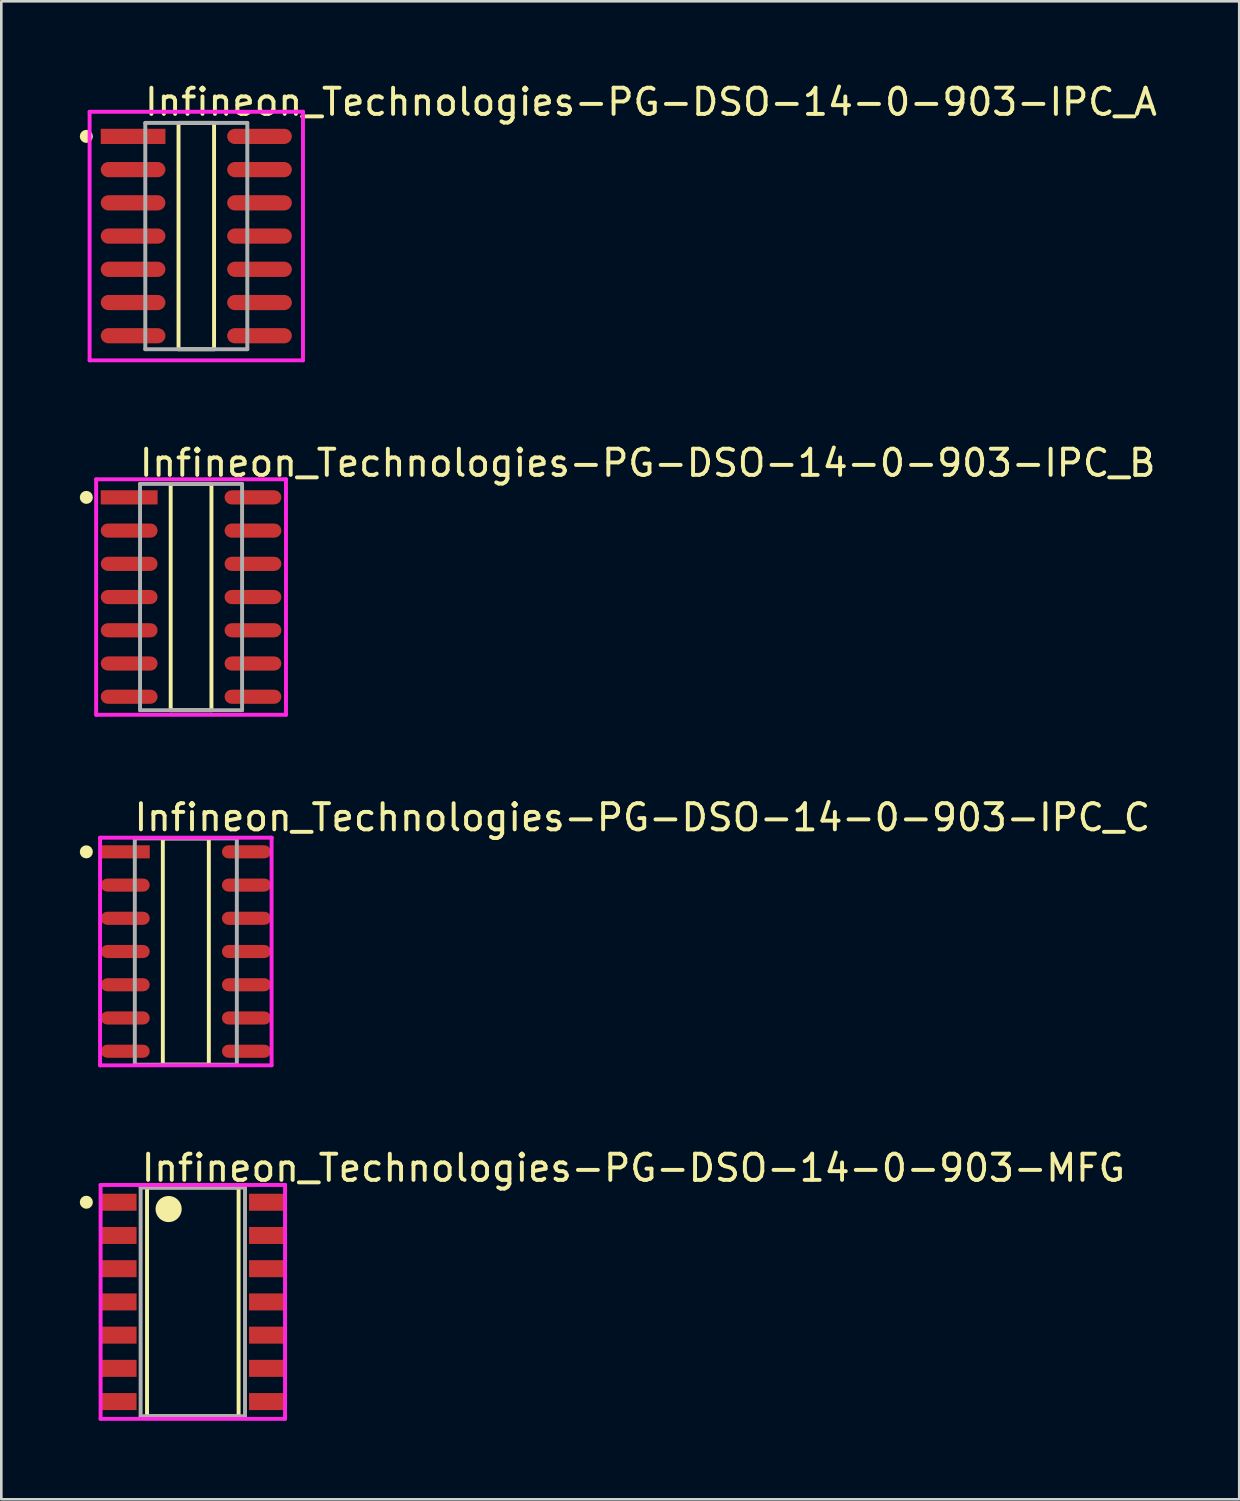
<source format=kicad_pcb>
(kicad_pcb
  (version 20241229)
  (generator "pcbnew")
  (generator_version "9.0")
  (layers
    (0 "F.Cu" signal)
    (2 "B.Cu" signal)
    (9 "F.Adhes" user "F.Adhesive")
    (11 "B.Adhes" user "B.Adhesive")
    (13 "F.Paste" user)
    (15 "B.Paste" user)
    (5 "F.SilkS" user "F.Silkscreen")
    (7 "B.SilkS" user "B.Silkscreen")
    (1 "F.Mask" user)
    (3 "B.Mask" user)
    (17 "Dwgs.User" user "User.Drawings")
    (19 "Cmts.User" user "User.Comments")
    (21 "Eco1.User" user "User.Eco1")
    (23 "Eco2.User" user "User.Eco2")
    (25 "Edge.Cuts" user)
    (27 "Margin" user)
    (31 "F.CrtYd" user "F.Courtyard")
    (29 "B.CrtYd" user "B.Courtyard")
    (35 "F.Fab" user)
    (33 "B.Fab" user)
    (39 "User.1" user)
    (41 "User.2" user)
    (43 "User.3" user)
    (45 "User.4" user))
  (footprint "Infineon_Technologies-PG-DSO-14-0-903-IPC_B"
    (layer "F.Cu")
    (at 4.253 19.771)
    (property "Reference" "Infineon_Technologies-PG-DSO-14-0-903-IPC_B" (at -2.053 -5.125 0) (layer "F.SilkS") (effects (font (size 1 1) (thickness 0.15)) (justify left)))
    (attr through_hole)
    (fp_line (start -0.779 -4.325) (end 0.779 -4.325) (stroke (width 0.15) (type solid)) (layer "F.SilkS"))
    (fp_line (start -0.779 4.325) (end -0.779 -4.325) (stroke (width 0.15) (type solid)) (layer "F.SilkS"))
    (fp_line (start 0.779 -4.325) (end 0.779 4.325) (stroke (width 0.15) (type solid)) (layer "F.SilkS"))
    (fp_line (start 0.779 4.325) (end -0.779 4.325) (stroke (width 0.15) (type solid)) (layer "F.SilkS"))
    (fp_circle (center -4.003 -3.81) (end -3.878 -3.81) (stroke (width 0.25) (type solid)) (fill no) (layer "F.SilkS"))
    (fp_line (start -3.628 -4.5) (end -3.628 4.5) (stroke (width 0.15) (type solid)) (layer "F.CrtYd"))
    (fp_line (start -3.628 4.5) (end 3.628 4.5) (stroke (width 0.15) (type solid)) (layer "F.CrtYd"))
    (fp_line (start 3.628 -4.5) (end -3.628 -4.5) (stroke (width 0.15) (type solid)) (layer "F.CrtYd"))
    (fp_line (start 3.628 -4.5) (end 3.628 -4.5) (stroke (width 0.15) (type solid)) (layer "F.CrtYd"))
    (fp_line (start 3.628 4.5) (end 3.628 -4.5) (stroke (width 0.15) (type solid)) (layer "F.CrtYd"))
    (fp_line (start -1.95 -4.325) (end 1.95 -4.325) (stroke (width 0.15) (type solid)) (layer "F.Fab"))
    (fp_line (start -1.95 4.325) (end -1.95 -4.325) (stroke (width 0.15) (type solid)) (layer "F.Fab"))
    (fp_line (start 1.95 -4.325) (end 1.95 4.325) (stroke (width 0.15) (type solid)) (layer "F.Fab"))
    (fp_line (start 1.95 4.325) (end -1.95 4.325) (stroke (width 0.15) (type solid)) (layer "F.Fab"))
    (pad "1" smd rect (at -2.366 -3.81) (size 2.174 0.542) (layers "F.Cu" "F.Mask" "F.Paste"))
    (pad "2" smd roundrect (at -2.366 -2.54) (size 2.174 0.542) (layers "F.Cu" "F.Mask" "F.Paste") (roundrect_rratio 0.5))
    (pad "3" smd roundrect (at -2.366 -1.27) (size 2.174 0.542) (layers "F.Cu" "F.Mask" "F.Paste") (roundrect_rratio 0.5))
    (pad "4" smd roundrect (at -2.366 0.000001) (size 2.174 0.542) (layers "F.Cu" "F.Mask" "F.Paste") (roundrect_rratio 0.5))
    (pad "5" smd roundrect (at -2.366 1.27) (size 2.174 0.542) (layers "F.Cu" "F.Mask" "F.Paste") (roundrect_rratio 0.5))
    (pad "6" smd roundrect (at -2.366 2.54) (size 2.174 0.542) (layers "F.Cu" "F.Mask" "F.Paste") (roundrect_rratio 0.5))
    (pad "7" smd roundrect (at -2.366 3.81) (size 2.174 0.542) (layers "F.Cu" "F.Mask" "F.Paste") (roundrect_rratio 0.5))
    (pad "8" smd roundrect (at 2.366 3.81) (size 2.174 0.542) (layers "F.Cu" "F.Mask" "F.Paste") (roundrect_rratio 0.5))
    (pad "9" smd roundrect (at 2.366 2.54) (size 2.174 0.542) (layers "F.Cu" "F.Mask" "F.Paste") (roundrect_rratio 0.5))
    (pad "10" smd roundrect (at 2.366 1.27) (size 2.174 0.542) (layers "F.Cu" "F.Mask" "F.Paste") (roundrect_rratio 0.5))
    (pad "11" smd roundrect (at 2.366 0.000001) (size 2.174 0.542) (layers "F.Cu" "F.Mask" "F.Paste") (roundrect_rratio 0.5))
    (pad "12" smd roundrect (at 2.366 -1.27) (size 2.174 0.542) (layers "F.Cu" "F.Mask" "F.Paste") (roundrect_rratio 0.5))
    (pad "13" smd roundrect (at 2.366 -2.54) (size 2.174 0.542) (layers "F.Cu" "F.Mask" "F.Paste") (roundrect_rratio 0.5))
    (pad "14" smd roundrect (at 2.366 -3.81) (size 2.174 0.542) (layers "F.Cu" "F.Mask" "F.Paste") (roundrect_rratio 0.5)))
  (footprint "Infineon_Technologies-PG-DSO-14-0-903-IPC_A"
    (layer "F.Cu")
    (at 4.453 5.973)
    (property "Reference" "Infineon_Technologies-PG-DSO-14-0-903-IPC_A" (at -2.053 -5.125 0) (layer "F.SilkS") (effects (font (size 1 1) (thickness 0.15)) (justify left)))
    (attr through_hole)
    (fp_line (start -0.679 -4.325) (end 0.679 -4.325) (stroke (width 0.15) (type solid)) (layer "F.SilkS"))
    (fp_line (start -0.679 4.325) (end -0.679 -4.325) (stroke (width 0.15) (type solid)) (layer "F.SilkS"))
    (fp_line (start 0.679 -4.325) (end 0.679 4.325) (stroke (width 0.15) (type solid)) (layer "F.SilkS"))
    (fp_line (start 0.679 4.325) (end -0.679 4.325) (stroke (width 0.15) (type solid)) (layer "F.SilkS"))
    (fp_circle (center -4.203 -3.81) (end -4.078 -3.81) (stroke (width 0.25) (type solid)) (fill no) (layer "F.SilkS"))
    (fp_line (start -4.078 -4.75) (end -4.078 4.75) (stroke (width 0.15) (type solid)) (layer "F.CrtYd"))
    (fp_line (start -4.078 4.75) (end 4.078 4.75) (stroke (width 0.15) (type solid)) (layer "F.CrtYd"))
    (fp_line (start 4.078 -4.75) (end -4.078 -4.75) (stroke (width 0.15) (type solid)) (layer "F.CrtYd"))
    (fp_line (start 4.078 -4.75) (end 4.078 -4.75) (stroke (width 0.15) (type solid)) (layer "F.CrtYd"))
    (fp_line (start 4.078 4.75) (end 4.078 -4.75) (stroke (width 0.15) (type solid)) (layer "F.CrtYd"))
    (fp_line (start -1.95 -4.325) (end 1.95 -4.325) (stroke (width 0.15) (type solid)) (layer "F.Fab"))
    (fp_line (start -1.95 4.325) (end -1.95 -4.325) (stroke (width 0.15) (type solid)) (layer "F.Fab"))
    (fp_line (start 1.95 -4.325) (end 1.95 4.325) (stroke (width 0.15) (type solid)) (layer "F.Fab"))
    (fp_line (start 1.95 4.325) (end -1.95 4.325) (stroke (width 0.15) (type solid)) (layer "F.Fab"))
    (pad "1" smd rect (at -2.416 -3.81) (size 2.474 0.582) (layers "F.Cu" "F.Mask" "F.Paste"))
    (pad "2" smd roundrect (at -2.416 -2.54) (size 2.474 0.582) (layers "F.Cu" "F.Mask" "F.Paste") (roundrect_rratio 0.5))
    (pad "3" smd roundrect (at -2.416 -1.27) (size 2.474 0.582) (layers "F.Cu" "F.Mask" "F.Paste") (roundrect_rratio 0.5))
    (pad "4" smd roundrect (at -2.416 0.000001) (size 2.474 0.582) (layers "F.Cu" "F.Mask" "F.Paste") (roundrect_rratio 0.5))
    (pad "5" smd roundrect (at -2.416 1.27) (size 2.474 0.582) (layers "F.Cu" "F.Mask" "F.Paste") (roundrect_rratio 0.5))
    (pad "6" smd roundrect (at -2.416 2.54) (size 2.474 0.582) (layers "F.Cu" "F.Mask" "F.Paste") (roundrect_rratio 0.5))
    (pad "7" smd roundrect (at -2.416 3.81) (size 2.474 0.582) (layers "F.Cu" "F.Mask" "F.Paste") (roundrect_rratio 0.5))
    (pad "8" smd roundrect (at 2.416 3.81) (size 2.474 0.582) (layers "F.Cu" "F.Mask" "F.Paste") (roundrect_rratio 0.5))
    (pad "9" smd roundrect (at 2.416 2.54) (size 2.474 0.582) (layers "F.Cu" "F.Mask" "F.Paste") (roundrect_rratio 0.5))
    (pad "10" smd roundrect (at 2.416 1.27) (size 2.474 0.582) (layers "F.Cu" "F.Mask" "F.Paste") (roundrect_rratio 0.5))
    (pad "11" smd roundrect (at 2.416 0.000001) (size 2.474 0.582) (layers "F.Cu" "F.Mask" "F.Paste") (roundrect_rratio 0.5))
    (pad "12" smd roundrect (at 2.416 -1.27) (size 2.474 0.582) (layers "F.Cu" "F.Mask" "F.Paste") (roundrect_rratio 0.5))
    (pad "13" smd roundrect (at 2.416 -2.54) (size 2.474 0.582) (layers "F.Cu" "F.Mask" "F.Paste") (roundrect_rratio 0.5))
    (pad "14" smd roundrect (at 2.416 -3.81) (size 2.474 0.582) (layers "F.Cu" "F.Mask" "F.Paste") (roundrect_rratio 0.5)))
  (footprint "Infineon_Technologies-PG-DSO-14-0-903-MFG"
    (layer "F.Cu")
    (at 4.32 46.713)
    (property "Reference" "Infineon_Technologies-PG-DSO-14-0-903-MFG" (at -2.045 -5.12 0) (layer "F.SilkS") (effects (font (size 1 1) (thickness 0.15)) (justify left)))
    (attr through_hole)
    (fp_line (start -1.75 -4.37) (end 1.75 -4.37) (stroke (width 0.15) (type solid)) (layer "F.SilkS"))
    (fp_line (start -1.75 4.37) (end -1.75 -4.37) (stroke (width 0.15) (type solid)) (layer "F.SilkS"))
    (fp_line (start -1.75 4.37) (end 1.75 4.37) (stroke (width 0.15) (type solid)) (layer "F.SilkS"))
    (fp_line (start 1.75 4.37) (end 1.75 -4.37) (stroke (width 0.15) (type solid)) (layer "F.SilkS"))
    (fp_circle (center -4.07 -3.81) (end -3.945 -3.81) (stroke (width 0.25) (type solid)) (fill no) (layer "F.SilkS"))
    (fp_circle (center -0.925 -3.55) (end -0.675 -3.55) (stroke (width 0.5) (type solid)) (fill no) (layer "F.SilkS"))
    (fp_line (start -3.525 -4.47) (end -3.525 4.47) (stroke (width 0.15) (type solid)) (layer "F.CrtYd"))
    (fp_line (start -3.525 4.47) (end 3.525 4.47) (stroke (width 0.15) (type solid)) (layer "F.CrtYd"))
    (fp_line (start 3.525 -4.47) (end -3.525 -4.47) (stroke (width 0.15) (type solid)) (layer "F.CrtYd"))
    (fp_line (start 3.525 -4.47) (end 3.525 -4.47) (stroke (width 0.15) (type solid)) (layer "F.CrtYd"))
    (fp_line (start 3.525 4.47) (end 3.525 -4.47) (stroke (width 0.15) (type solid)) (layer "F.CrtYd"))
    (fp_line (start -1.995 -4.37) (end 1.995 -4.37) (stroke (width 0.15) (type solid)) (layer "F.Fab"))
    (fp_line (start -1.995 4.37) (end -1.995 -4.37) (stroke (width 0.15) (type solid)) (layer "F.Fab"))
    (fp_line (start 1.995 -4.37) (end 1.995 4.37) (stroke (width 0.15) (type solid)) (layer "F.Fab"))
    (fp_line (start 1.995 4.37) (end -1.995 4.37) (stroke (width 0.15) (type solid)) (layer "F.Fab"))
    (pad "1" smd rect (at -2.825 -3.81) (size 1.35 0.65) (layers "F.Cu" "F.Mask" "F.Paste"))
    (pad "2" smd rect (at -2.825 -2.54) (size 1.35 0.65) (layers "F.Cu" "F.Mask" "F.Paste"))
    (pad "3" smd rect (at -2.825 -1.27) (size 1.35 0.65) (layers "F.Cu" "F.Mask" "F.Paste"))
    (pad "4" smd rect (at -2.825 0) (size 1.35 0.65) (layers "F.Cu" "F.Mask" "F.Paste"))
    (pad "5" smd rect (at -2.825 1.27) (size 1.35 0.65) (layers "F.Cu" "F.Mask" "F.Paste"))
    (pad "6" smd rect (at -2.825 2.54) (size 1.35 0.65) (layers "F.Cu" "F.Mask" "F.Paste"))
    (pad "7" smd rect (at -2.825 3.81) (size 1.35 0.65) (layers "F.Cu" "F.Mask" "F.Paste"))
    (pad "8" smd rect (at 2.825 3.81) (size 1.35 0.65) (layers "F.Cu" "F.Mask" "F.Paste"))
    (pad "9" smd rect (at 2.825 2.54) (size 1.35 0.65) (layers "F.Cu" "F.Mask" "F.Paste"))
    (pad "10" smd rect (at 2.825 1.27) (size 1.35 0.65) (layers "F.Cu" "F.Mask" "F.Paste"))
    (pad "11" smd rect (at 2.825 0) (size 1.35 0.65) (layers "F.Cu" "F.Mask" "F.Paste"))
    (pad "12" smd rect (at 2.825 -1.27) (size 1.35 0.65) (layers "F.Cu" "F.Mask" "F.Paste"))
    (pad "13" smd rect (at 2.825 -2.54) (size 1.35 0.65) (layers "F.Cu" "F.Mask" "F.Paste"))
    (pad "14" smd rect (at 2.825 -3.81) (size 1.35 0.65) (layers "F.Cu" "F.Mask" "F.Paste")))
  (footprint "Infineon_Technologies-PG-DSO-14-0-903-IPC_C"
    (layer "F.Cu")
    (at 4.053 33.32)
    (property "Reference" "Infineon_Technologies-PG-DSO-14-0-903-IPC_C" (at -2.053 -5.125 0) (layer "F.SilkS") (effects (font (size 1 1) (thickness 0.15)) (justify left)))
    (attr through_hole)
    (fp_line (start -0.879 -4.325) (end 0.879 -4.325) (stroke (width 0.15) (type solid)) (layer "F.SilkS"))
    (fp_line (start -0.879 4.325) (end -0.879 -4.325) (stroke (width 0.15) (type solid)) (layer "F.SilkS"))
    (fp_line (start 0.879 -4.325) (end 0.879 4.325) (stroke (width 0.15) (type solid)) (layer "F.SilkS"))
    (fp_line (start 0.879 4.325) (end -0.879 4.325) (stroke (width 0.15) (type solid)) (layer "F.SilkS"))
    (fp_circle (center -3.803 -3.81) (end -3.678 -3.81) (stroke (width 0.25) (type solid)) (fill no) (layer "F.SilkS"))
    (fp_line (start -3.278 -4.35) (end -3.278 4.35) (stroke (width 0.15) (type solid)) (layer "F.CrtYd"))
    (fp_line (start -3.278 4.35) (end 3.278 4.35) (stroke (width 0.15) (type solid)) (layer "F.CrtYd"))
    (fp_line (start 3.278 -4.35) (end -3.278 -4.35) (stroke (width 0.15) (type solid)) (layer "F.CrtYd"))
    (fp_line (start 3.278 -4.35) (end 3.278 -4.35) (stroke (width 0.15) (type solid)) (layer "F.CrtYd"))
    (fp_line (start 3.278 4.35) (end 3.278 -4.35) (stroke (width 0.15) (type solid)) (layer "F.CrtYd"))
    (fp_line (start -1.95 -4.325) (end 1.95 -4.325) (stroke (width 0.15) (type solid)) (layer "F.Fab"))
    (fp_line (start -1.95 4.325) (end -1.95 -4.325) (stroke (width 0.15) (type solid)) (layer "F.Fab"))
    (fp_line (start 1.95 -4.325) (end 1.95 4.325) (stroke (width 0.15) (type solid)) (layer "F.Fab"))
    (fp_line (start 1.95 4.325) (end -1.95 4.325) (stroke (width 0.15) (type solid)) (layer "F.Fab"))
    (pad "1" smd rect (at -2.316 -3.81) (size 1.874 0.502) (layers "F.Cu" "F.Mask" "F.Paste"))
    (pad "2" smd roundrect (at -2.316 -2.54) (size 1.874 0.502) (layers "F.Cu" "F.Mask" "F.Paste") (roundrect_rratio 0.5))
    (pad "3" smd roundrect (at -2.316 -1.27) (size 1.874 0.502) (layers "F.Cu" "F.Mask" "F.Paste") (roundrect_rratio 0.5))
    (pad "4" smd roundrect (at -2.316 0.000001) (size 1.874 0.502) (layers "F.Cu" "F.Mask" "F.Paste") (roundrect_rratio 0.5))
    (pad "5" smd roundrect (at -2.316 1.27) (size 1.874 0.502) (layers "F.Cu" "F.Mask" "F.Paste") (roundrect_rratio 0.5))
    (pad "6" smd roundrect (at -2.316 2.54) (size 1.874 0.502) (layers "F.Cu" "F.Mask" "F.Paste") (roundrect_rratio 0.5))
    (pad "7" smd roundrect (at -2.316 3.81) (size 1.874 0.502) (layers "F.Cu" "F.Mask" "F.Paste") (roundrect_rratio 0.5))
    (pad "8" smd roundrect (at 2.316 3.81) (size 1.874 0.502) (layers "F.Cu" "F.Mask" "F.Paste") (roundrect_rratio 0.5))
    (pad "9" smd roundrect (at 2.316 2.54) (size 1.874 0.502) (layers "F.Cu" "F.Mask" "F.Paste") (roundrect_rratio 0.5))
    (pad "10" smd roundrect (at 2.316 1.27) (size 1.874 0.502) (layers "F.Cu" "F.Mask" "F.Paste") (roundrect_rratio 0.5))
    (pad "11" smd roundrect (at 2.316 0.000001) (size 1.874 0.502) (layers "F.Cu" "F.Mask" "F.Paste") (roundrect_rratio 0.5))
    (pad "12" smd roundrect (at 2.316 -1.27) (size 1.874 0.502) (layers "F.Cu" "F.Mask" "F.Paste") (roundrect_rratio 0.5))
    (pad "13" smd roundrect (at 2.316 -2.54) (size 1.874 0.502) (layers "F.Cu" "F.Mask" "F.Paste") (roundrect_rratio 0.5))
    (pad "14" smd roundrect (at 2.316 -3.81) (size 1.874 0.502) (layers "F.Cu" "F.Mask" "F.Paste") (roundrect_rratio 0.5)))
  (gr_rect
    (start -3 -3)
    (end 44.317 54.258)
    (stroke (width 0.1) (type default))
    (fill no)
    (layer "Edge.Cuts")))
</source>
